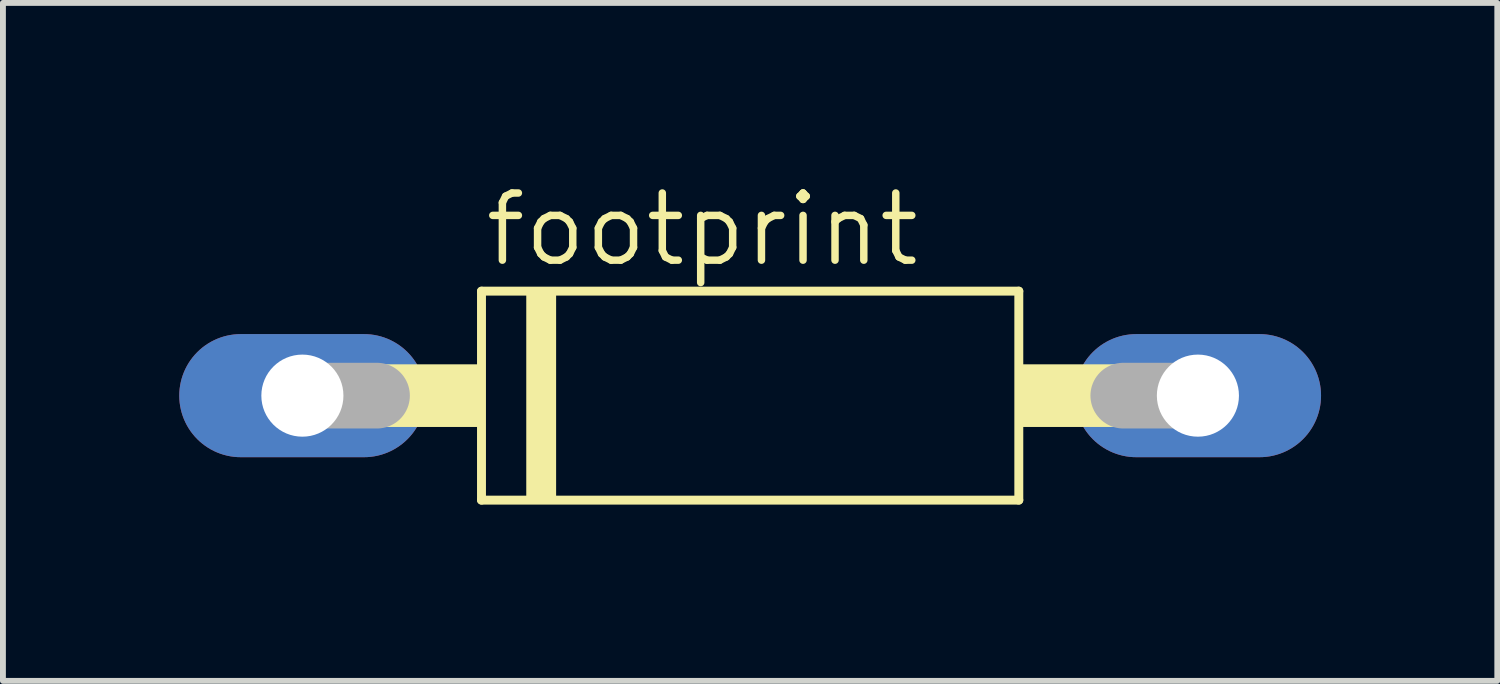
<source format=kicad_pcb>
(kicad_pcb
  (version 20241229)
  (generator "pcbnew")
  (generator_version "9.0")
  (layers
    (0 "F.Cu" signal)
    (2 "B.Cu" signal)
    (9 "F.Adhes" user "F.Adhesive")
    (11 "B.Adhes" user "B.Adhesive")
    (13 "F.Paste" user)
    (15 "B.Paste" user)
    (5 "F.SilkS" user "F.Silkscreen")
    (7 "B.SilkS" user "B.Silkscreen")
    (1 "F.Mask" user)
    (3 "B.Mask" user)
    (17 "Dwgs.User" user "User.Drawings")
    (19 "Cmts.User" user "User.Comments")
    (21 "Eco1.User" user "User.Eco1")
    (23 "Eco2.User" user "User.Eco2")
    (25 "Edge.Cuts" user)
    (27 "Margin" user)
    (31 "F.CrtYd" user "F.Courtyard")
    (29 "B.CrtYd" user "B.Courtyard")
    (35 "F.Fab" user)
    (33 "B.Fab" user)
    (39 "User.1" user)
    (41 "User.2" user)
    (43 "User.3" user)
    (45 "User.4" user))
  (footprint "footprint"
    (layer "F.Cu")
    (at 9.716 3.683)
    (property "Reference" "footprint" (at -4.572 -2.159 0) (layer "F.SilkS") (effects (font (size 1.143 1.143) (thickness 0.127)) (justify left bottom)))
    (fp_line (start -4.572 1.778) (end -4.572 -1.778) (stroke (width 0.152) (type solid)) (layer "F.SilkS"))
    (fp_line (start -4.572 1.778) (end 4.572 1.778) (stroke (width 0.152) (type solid)) (layer "F.SilkS"))
    (fp_line (start 4.572 -1.778) (end -4.572 -1.778) (stroke (width 0.152) (type solid)) (layer "F.SilkS"))
    (fp_line (start 4.572 -1.778) (end 4.572 1.778) (stroke (width 0.152) (type solid)) (layer "F.SilkS"))
    (fp_poly (pts (xy -6.223 0.533) (xy -4.572 0.533) (xy -4.572 -0.533) (xy -6.223 -0.533)) (stroke (width 0) (type solid)) (fill yes) (layer "F.SilkS"))
    (fp_poly (pts (xy -3.81 1.778) (xy -3.302 1.778) (xy -3.302 -1.778) (xy -3.81 -1.778)) (stroke (width 0) (type solid)) (fill yes) (layer "F.SilkS"))
    (fp_poly (pts (xy 4.572 0.533) (xy 6.223 0.533) (xy 6.223 -0.533) (xy 4.572 -0.533)) (stroke (width 0) (type solid)) (fill yes) (layer "F.SilkS"))
    (fp_line (start -7.62 0) (end -6.35 0) (stroke (width 1.118) (type solid)) (layer "F.Fab"))
    (fp_line (start 7.62 0) (end 6.35 0) (stroke (width 1.118) (type solid)) (layer "F.Fab"))
    (pad "A" thru_hole oval (at 7.62 0) (size 4.191 2.095) (drill 1.397) (layers "*.Cu" "*.Mask"))
    (pad "C" thru_hole oval (at -7.62 0) (size 4.191 2.095) (drill 1.397) (layers "*.Cu" "*.Mask")))
  (gr_rect
    (start -3 -3)
    (end 22.431 8.537)
    (stroke (width 0.1) (type default))
    (fill no)
    (layer "Edge.Cuts")))
</source>
